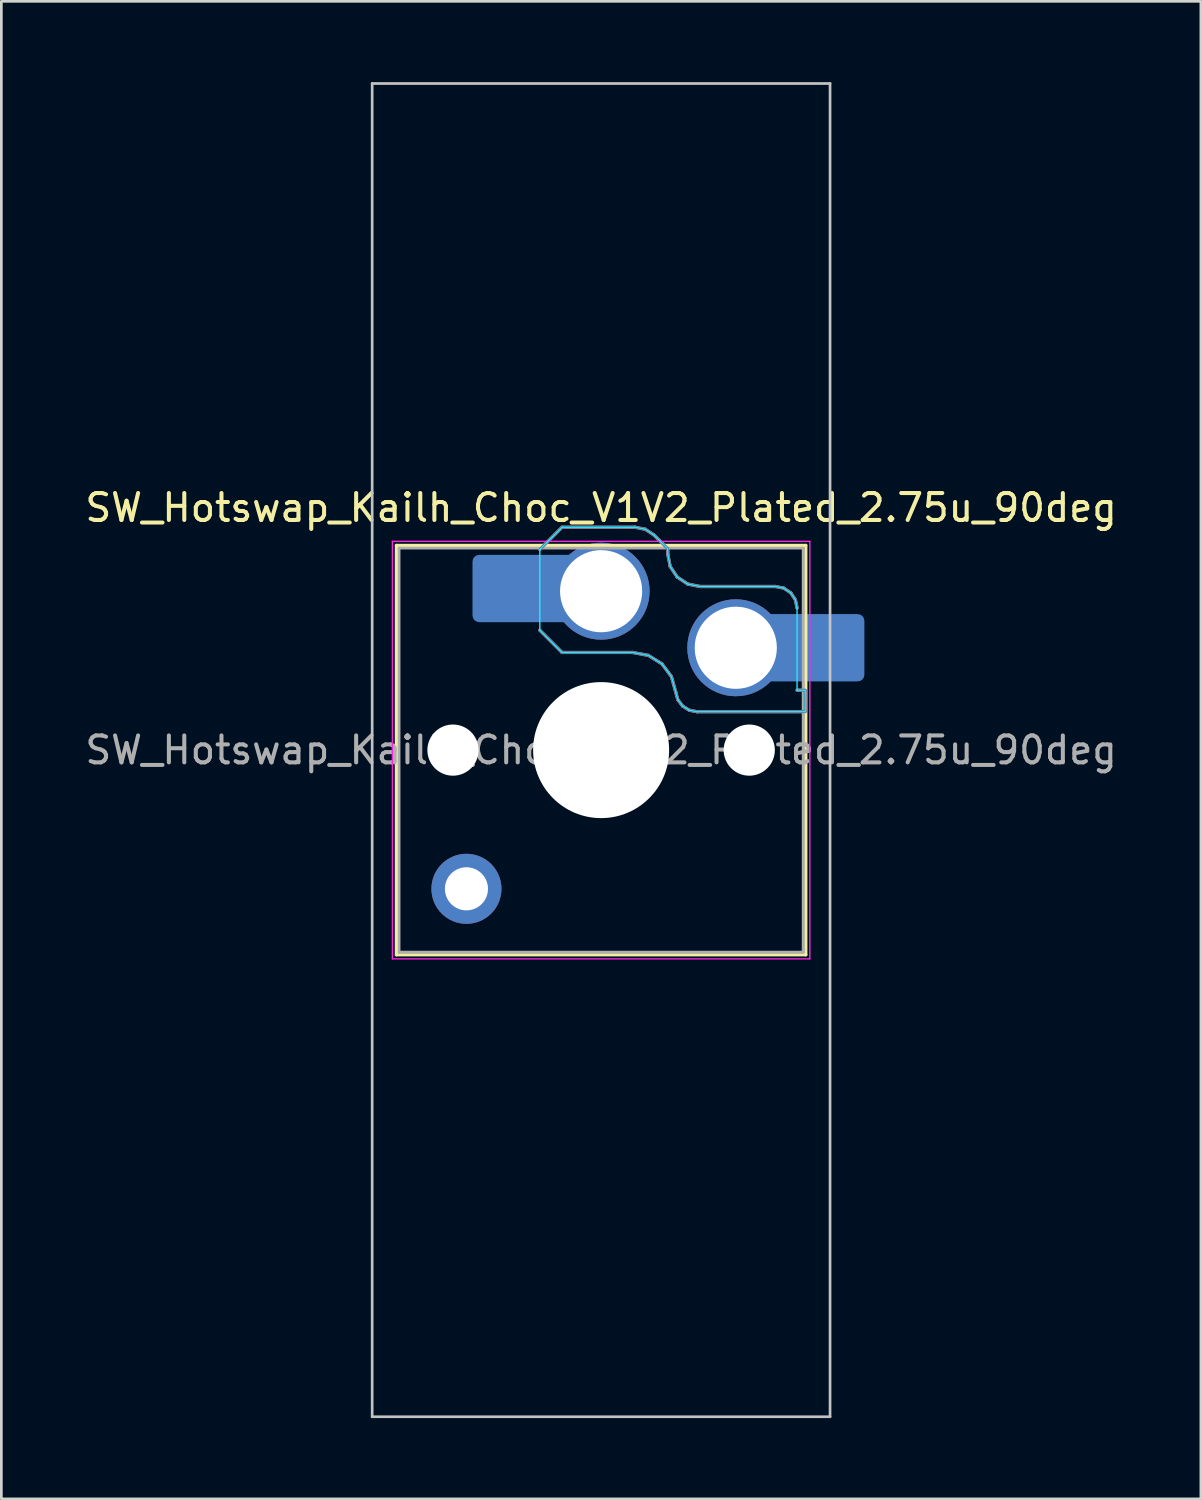
<source format=kicad_pcb>
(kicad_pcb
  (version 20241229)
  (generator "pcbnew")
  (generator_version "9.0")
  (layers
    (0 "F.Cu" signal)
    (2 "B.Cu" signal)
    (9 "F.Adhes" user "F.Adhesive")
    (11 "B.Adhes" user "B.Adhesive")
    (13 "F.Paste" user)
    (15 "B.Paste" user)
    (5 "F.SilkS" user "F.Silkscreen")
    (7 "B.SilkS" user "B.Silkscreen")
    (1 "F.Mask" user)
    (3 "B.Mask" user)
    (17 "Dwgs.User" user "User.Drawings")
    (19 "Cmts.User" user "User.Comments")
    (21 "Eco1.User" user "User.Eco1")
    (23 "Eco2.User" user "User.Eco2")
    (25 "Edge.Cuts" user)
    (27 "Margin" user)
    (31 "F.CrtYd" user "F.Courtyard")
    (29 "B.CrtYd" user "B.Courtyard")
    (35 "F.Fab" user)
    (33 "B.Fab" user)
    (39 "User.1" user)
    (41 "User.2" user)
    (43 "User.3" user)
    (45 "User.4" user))
  (footprint "SW_Hotswap_Kailh_Choc_V1V2_Plated_2.75u_90deg"
    (layer "F.Cu")
    (at 19.268 24.8)
    (property "Reference" "SW_Hotswap_Kailh_Choc_V1V2_Plated_2.75u_90deg" (at 0 -9 0) (layer "F.SilkS") (effects (font (size 1 1) (thickness 0.15))))
    (attr smd)
    (fp_line (start -7.6 -7.6) (end -7.6 7.6) (stroke (width 0.12) (type solid)) (layer "F.SilkS"))
    (fp_line (start -7.6 7.6) (end 7.6 7.6) (stroke (width 0.12) (type solid)) (layer "F.SilkS"))
    (fp_line (start 7.6 -7.6) (end -7.6 -7.6) (stroke (width 0.12) (type solid)) (layer "F.SilkS"))
    (fp_line (start 7.6 7.6) (end 7.6 -7.6) (stroke (width 0.12) (type solid)) (layer "F.SilkS"))
    (fp_line (start -2.275 -7.45) (end -1.45 -8.275) (stroke (width 0.12) (type solid)) (layer "B.SilkS"))
    (fp_line (start -1.45 -8.275) (end 1.261 -8.275) (stroke (width 0.12) (type solid)) (layer "B.SilkS"))
    (fp_line (start -1.45 -3.625) (end -2.275 -4.45) (stroke (width 0.12) (type solid)) (layer "B.SilkS"))
    (fp_line (start 1.175 -3.625) (end -1.45 -3.625) (stroke (width 0.12) (type solid)) (layer "B.SilkS"))
    (fp_line (start 1.261 -8.275) (end 1.643 -8.199) (stroke (width 0.12) (type solid)) (layer "B.SilkS"))
    (fp_line (start 1.643 -8.199) (end 1.968 -7.982) (stroke (width 0.12) (type solid)) (layer "B.SilkS"))
    (fp_line (start 1.756 -3.516) (end 1.175 -3.625) (stroke (width 0.12) (type solid)) (layer "B.SilkS"))
    (fp_line (start 1.968 -7.982) (end 2.475 -7.475) (stroke (width 0.12) (type solid)) (layer "B.SilkS"))
    (fp_line (start 2.258 -3.203) (end 1.756 -3.516) (stroke (width 0.12) (type solid)) (layer "B.SilkS"))
    (fp_line (start 2.475 -7.475) (end 2.475 -7.275) (stroke (width 0.12) (type solid)) (layer "B.SilkS"))
    (fp_line (start 2.475 -7.275) (end 2.566 -6.816) (stroke (width 0.12) (type solid)) (layer "B.SilkS"))
    (fp_line (start 2.566 -6.816) (end 2.826 -6.426) (stroke (width 0.12) (type solid)) (layer "B.SilkS"))
    (fp_line (start 2.612 -2.729) (end 2.258 -3.203) (stroke (width 0.12) (type solid)) (layer "B.SilkS"))
    (fp_line (start 2.769 -2.158) (end 2.612 -2.729) (stroke (width 0.12) (type solid)) (layer "B.SilkS"))
    (fp_line (start 2.826 -6.426) (end 3.216 -6.166) (stroke (width 0.12) (type solid)) (layer "B.SilkS"))
    (fp_line (start 2.848 -1.873) (end 2.769 -2.158) (stroke (width 0.12) (type solid)) (layer "B.SilkS"))
    (fp_line (start 3.025 -1.636) (end 2.848 -1.873) (stroke (width 0.12) (type solid)) (layer "B.SilkS"))
    (fp_line (start 3.216 -6.166) (end 3.675 -6.075) (stroke (width 0.12) (type solid)) (layer "B.SilkS"))
    (fp_line (start 3.276 -1.48) (end 3.025 -1.636) (stroke (width 0.12) (type solid)) (layer "B.SilkS"))
    (fp_line (start 3.567 -1.425) (end 3.276 -1.48) (stroke (width 0.12) (type solid)) (layer "B.SilkS"))
    (fp_line (start 3.675 -6.075) (end 6.475 -6.075) (stroke (width 0.12) (type solid)) (layer "B.SilkS"))
    (fp_line (start 6.475 -6.075) (end 6.781 -6.014) (stroke (width 0.12) (type solid)) (layer "B.SilkS"))
    (fp_line (start 6.781 -6.014) (end 7.041 -5.841) (stroke (width 0.12) (type solid)) (layer "B.SilkS"))
    (fp_line (start 7.041 -5.841) (end 7.214 -5.581) (stroke (width 0.12) (type solid)) (layer "B.SilkS"))
    (fp_line (start 7.214 -5.581) (end 7.275 -5.275) (stroke (width 0.12) (type solid)) (layer "B.SilkS"))
    (fp_line (start 7.275 -2.225) (end 7.575 -2.225) (stroke (width 0.12) (type solid)) (layer "B.SilkS"))
    (fp_line (start 7.575 -2.225) (end 7.575 -1.425) (stroke (width 0.12) (type solid)) (layer "B.SilkS"))
    (fp_line (start 7.575 -1.425) (end 3.567 -1.425) (stroke (width 0.12) (type solid)) (layer "B.SilkS"))
    (fp_line (start -8.5 -24.75) (end 8.5 -24.75) (stroke (width 0.1) (type solid)) (layer "Dwgs.User"))
    (fp_line (start -8.5 24.75) (end -8.5 -24.75) (stroke (width 0.1) (type solid)) (layer "Dwgs.User"))
    (fp_line (start 8.5 -24.75) (end 8.5 24.75) (stroke (width 0.1) (type solid)) (layer "Dwgs.User"))
    (fp_line (start 8.5 24.75) (end -8.5 24.75) (stroke (width 0.1) (type solid)) (layer "Dwgs.User"))
    (fp_line (start -7.25 -7.25) (end -7.25 7.25) (stroke (width 0.1) (type solid)) (layer "Eco1.User"))
    (fp_line (start -7.25 7.25) (end 7.25 7.25) (stroke (width 0.1) (type solid)) (layer "Eco1.User"))
    (fp_line (start 7.25 -7.25) (end -7.25 -7.25) (stroke (width 0.1) (type solid)) (layer "Eco1.User"))
    (fp_line (start 7.25 7.25) (end 7.25 -7.25) (stroke (width 0.1) (type solid)) (layer "Eco1.User"))
    (fp_line (start -2.275 -7.45) (end -1.45 -8.275) (stroke (width 0.05) (type solid)) (layer "B.CrtYd"))
    (fp_line (start -2.275 -4.45) (end -2.275 -7.45) (stroke (width 0.05) (type solid)) (layer "B.CrtYd"))
    (fp_line (start -1.45 -8.275) (end 1.261 -8.275) (stroke (width 0.05) (type solid)) (layer "B.CrtYd"))
    (fp_line (start -1.45 -3.625) (end -2.275 -4.45) (stroke (width 0.05) (type solid)) (layer "B.CrtYd"))
    (fp_line (start 1.175 -3.625) (end -1.45 -3.625) (stroke (width 0.05) (type solid)) (layer "B.CrtYd"))
    (fp_line (start 1.261 -8.275) (end 1.643 -8.199) (stroke (width 0.05) (type solid)) (layer "B.CrtYd"))
    (fp_line (start 1.643 -8.199) (end 1.968 -7.982) (stroke (width 0.05) (type solid)) (layer "B.CrtYd"))
    (fp_line (start 1.756 -3.516) (end 1.175 -3.625) (stroke (width 0.05) (type solid)) (layer "B.CrtYd"))
    (fp_line (start 1.968 -7.982) (end 2.475 -7.475) (stroke (width 0.05) (type solid)) (layer "B.CrtYd"))
    (fp_line (start 2.258 -3.203) (end 1.756 -3.516) (stroke (width 0.05) (type solid)) (layer "B.CrtYd"))
    (fp_line (start 2.475 -7.475) (end 2.475 -7.275) (stroke (width 0.05) (type solid)) (layer "B.CrtYd"))
    (fp_line (start 2.475 -7.275) (end 2.566 -6.816) (stroke (width 0.05) (type solid)) (layer "B.CrtYd"))
    (fp_line (start 2.566 -6.816) (end 2.826 -6.426) (stroke (width 0.05) (type solid)) (layer "B.CrtYd"))
    (fp_line (start 2.612 -2.729) (end 2.258 -3.203) (stroke (width 0.05) (type solid)) (layer "B.CrtYd"))
    (fp_line (start 2.769 -2.158) (end 2.612 -2.729) (stroke (width 0.05) (type solid)) (layer "B.CrtYd"))
    (fp_line (start 2.826 -6.426) (end 3.216 -6.166) (stroke (width 0.05) (type solid)) (layer "B.CrtYd"))
    (fp_line (start 2.848 -1.873) (end 2.769 -2.158) (stroke (width 0.05) (type solid)) (layer "B.CrtYd"))
    (fp_line (start 3.025 -1.636) (end 2.848 -1.873) (stroke (width 0.05) (type solid)) (layer "B.CrtYd"))
    (fp_line (start 3.216 -6.166) (end 3.675 -6.075) (stroke (width 0.05) (type solid)) (layer "B.CrtYd"))
    (fp_line (start 3.276 -1.48) (end 3.025 -1.636) (stroke (width 0.05) (type solid)) (layer "B.CrtYd"))
    (fp_line (start 3.567 -1.425) (end 3.276 -1.48) (stroke (width 0.05) (type solid)) (layer "B.CrtYd"))
    (fp_line (start 3.675 -6.075) (end 6.475 -6.075) (stroke (width 0.05) (type solid)) (layer "B.CrtYd"))
    (fp_line (start 6.475 -6.075) (end 6.781 -6.014) (stroke (width 0.05) (type solid)) (layer "B.CrtYd"))
    (fp_line (start 6.781 -6.014) (end 7.041 -5.841) (stroke (width 0.05) (type solid)) (layer "B.CrtYd"))
    (fp_line (start 7.041 -5.841) (end 7.214 -5.581) (stroke (width 0.05) (type solid)) (layer "B.CrtYd"))
    (fp_line (start 7.214 -5.581) (end 7.275 -5.275) (stroke (width 0.05) (type solid)) (layer "B.CrtYd"))
    (fp_line (start 7.275 -5.275) (end 7.275 -2.225) (stroke (width 0.05) (type solid)) (layer "B.CrtYd"))
    (fp_line (start 7.275 -2.225) (end 7.575 -2.225) (stroke (width 0.05) (type solid)) (layer "B.CrtYd"))
    (fp_line (start 7.575 -2.225) (end 7.575 -1.425) (stroke (width 0.05) (type solid)) (layer "B.CrtYd"))
    (fp_line (start 7.575 -1.425) (end 3.567 -1.425) (stroke (width 0.05) (type solid)) (layer "B.CrtYd"))
    (fp_line (start -7.75 -7.75) (end -7.75 7.75) (stroke (width 0.05) (type solid)) (layer "F.CrtYd"))
    (fp_line (start -7.75 7.75) (end 7.75 7.75) (stroke (width 0.05) (type solid)) (layer "F.CrtYd"))
    (fp_line (start 7.75 -7.75) (end -7.75 -7.75) (stroke (width 0.05) (type solid)) (layer "F.CrtYd"))
    (fp_line (start 7.75 7.75) (end 7.75 -7.75) (stroke (width 0.05) (type solid)) (layer "F.CrtYd"))
    (fp_line (start -2.275 -7.45) (end -1.45 -8.275) (stroke (width 0.1) (type solid)) (layer "B.Fab"))
    (fp_line (start -1.45 -8.275) (end 1.261 -8.275) (stroke (width 0.1) (type solid)) (layer "B.Fab"))
    (fp_line (start -1.45 -3.625) (end -2.275 -4.45) (stroke (width 0.1) (type solid)) (layer "B.Fab"))
    (fp_line (start 1.175 -3.625) (end -1.45 -3.625) (stroke (width 0.1) (type solid)) (layer "B.Fab"))
    (fp_line (start 1.261 -8.275) (end 1.643 -8.199) (stroke (width 0.1) (type solid)) (layer "B.Fab"))
    (fp_line (start 1.643 -8.199) (end 1.968 -7.982) (stroke (width 0.1) (type solid)) (layer "B.Fab"))
    (fp_line (start 1.756 -3.516) (end 1.175 -3.625) (stroke (width 0.1) (type solid)) (layer "B.Fab"))
    (fp_line (start 1.968 -7.982) (end 2.475 -7.475) (stroke (width 0.1) (type solid)) (layer "B.Fab"))
    (fp_line (start 2.258 -3.203) (end 1.756 -3.516) (stroke (width 0.1) (type solid)) (layer "B.Fab"))
    (fp_line (start 2.475 -7.475) (end 2.475 -7.275) (stroke (width 0.1) (type solid)) (layer "B.Fab"))
    (fp_line (start 2.475 -7.275) (end 2.566 -6.816) (stroke (width 0.1) (type solid)) (layer "B.Fab"))
    (fp_line (start 2.566 -6.816) (end 2.826 -6.426) (stroke (width 0.1) (type solid)) (layer "B.Fab"))
    (fp_line (start 2.612 -2.729) (end 2.258 -3.203) (stroke (width 0.1) (type solid)) (layer "B.Fab"))
    (fp_line (start 2.769 -2.158) (end 2.612 -2.729) (stroke (width 0.1) (type solid)) (layer "B.Fab"))
    (fp_line (start 2.826 -6.426) (end 3.216 -6.166) (stroke (width 0.1) (type solid)) (layer "B.Fab"))
    (fp_line (start 2.848 -1.873) (end 2.769 -2.158) (stroke (width 0.1) (type solid)) (layer "B.Fab"))
    (fp_line (start 3.025 -1.636) (end 2.848 -1.873) (stroke (width 0.1) (type solid)) (layer "B.Fab"))
    (fp_line (start 3.216 -6.166) (end 3.675 -6.075) (stroke (width 0.1) (type solid)) (layer "B.Fab"))
    (fp_line (start 3.276 -1.48) (end 3.025 -1.636) (stroke (width 0.1) (type solid)) (layer "B.Fab"))
    (fp_line (start 3.567 -1.425) (end 3.276 -1.48) (stroke (width 0.1) (type solid)) (layer "B.Fab"))
    (fp_line (start 3.675 -6.075) (end 6.475 -6.075) (stroke (width 0.1) (type solid)) (layer "B.Fab"))
    (fp_line (start 6.475 -6.075) (end 6.781 -6.014) (stroke (width 0.1) (type solid)) (layer "B.Fab"))
    (fp_line (start 6.781 -6.014) (end 7.041 -5.841) (stroke (width 0.1) (type solid)) (layer "B.Fab"))
    (fp_line (start 7.041 -5.841) (end 7.214 -5.581) (stroke (width 0.1) (type solid)) (layer "B.Fab"))
    (fp_line (start 7.214 -5.581) (end 7.275 -5.275) (stroke (width 0.1) (type solid)) (layer "B.Fab"))
    (fp_line (start 7.275 -2.225) (end 7.575 -2.225) (stroke (width 0.1) (type solid)) (layer "B.Fab"))
    (fp_line (start 7.575 -2.225) (end 7.575 -1.425) (stroke (width 0.1) (type solid)) (layer "B.Fab"))
    (fp_line (start 7.575 -1.425) (end 3.567 -1.425) (stroke (width 0.1) (type solid)) (layer "B.Fab"))
    (fp_line (start -7.5 -7.5) (end -7.5 7.5) (stroke (width 0.1) (type solid)) (layer "F.Fab"))
    (fp_line (start -7.5 7.5) (end 7.5 7.5) (stroke (width 0.1) (type solid)) (layer "F.Fab"))
    (fp_line (start 7.5 -7.5) (end -7.5 -7.5) (stroke (width 0.1) (type solid)) (layer "F.Fab"))
    (fp_line (start 7.5 7.5) (end 7.5 -7.5) (stroke (width 0.1) (type solid)) (layer "F.Fab"))
    (fp_text user "${REFERENCE}" (at 0 0 0) (layer "F.Fab") (effects (font (size 1 1) (thickness 0.15))))
    (pad "" np_thru_hole circle (at -5.5 0) (size 1.9 1.9) (drill 1.9) (layers "*.Cu" "*.Mask"))
    (pad "" smd circle (at -5 5.15) (size 1.65 1.65) (layers "F.Mask"))
    (pad "" thru_hole circle (at -5 5.15) (size 2.6 2.6) (drill 1.6) (layers "*.Cu" "B.Mask"))
    (pad "" smd roundrect (at -3.5 -6) (size 2.55 2.5) (layers "B.Mask" "B.Paste") (roundrect_rratio 0.1))
    (pad "" smd circle (at 0 -5.9) (size 3.1 3.1) (layers "F.Mask"))
    (pad "" np_thru_hole circle (at 0 0) (size 5.05 5.05) (drill 5.05) (layers "*.Cu" "*.Mask"))
    (pad "" smd circle (at 5 -3.8) (size 3.1 3.1) (layers "F.Mask"))
    (pad "" np_thru_hole circle (at 5.5 0) (size 1.9 1.9) (drill 1.9) (layers "*.Cu" "*.Mask"))
    (pad "" smd roundrect (at 8.5 -3.8) (size 2.55 2.5) (layers "B.Mask" "B.Paste") (roundrect_rratio 0.1))
    (pad "1" smd roundrect (at -2.85 -6) (size 3.85 2.5) (layers "B.Cu") (roundrect_rratio 0.1))
    (pad "1" thru_hole circle (at 0 -5.9) (size 3.6 3.6) (drill 3.05) (layers "*.Cu" "B.Mask"))
    (pad "2" thru_hole circle (at 5 -3.8) (size 3.6 3.6) (drill 3.05) (layers "*.Cu" "B.Mask"))
    (pad "2" smd roundrect (at 7.85 -3.8) (size 3.85 2.5) (layers "B.Cu") (roundrect_rratio 0.1)))
  (gr_rect
    (start -3 -3)
    (end 41.536 52.6)
    (stroke (width 0.1) (type default))
    (fill no)
    (layer "Edge.Cuts")))
</source>
